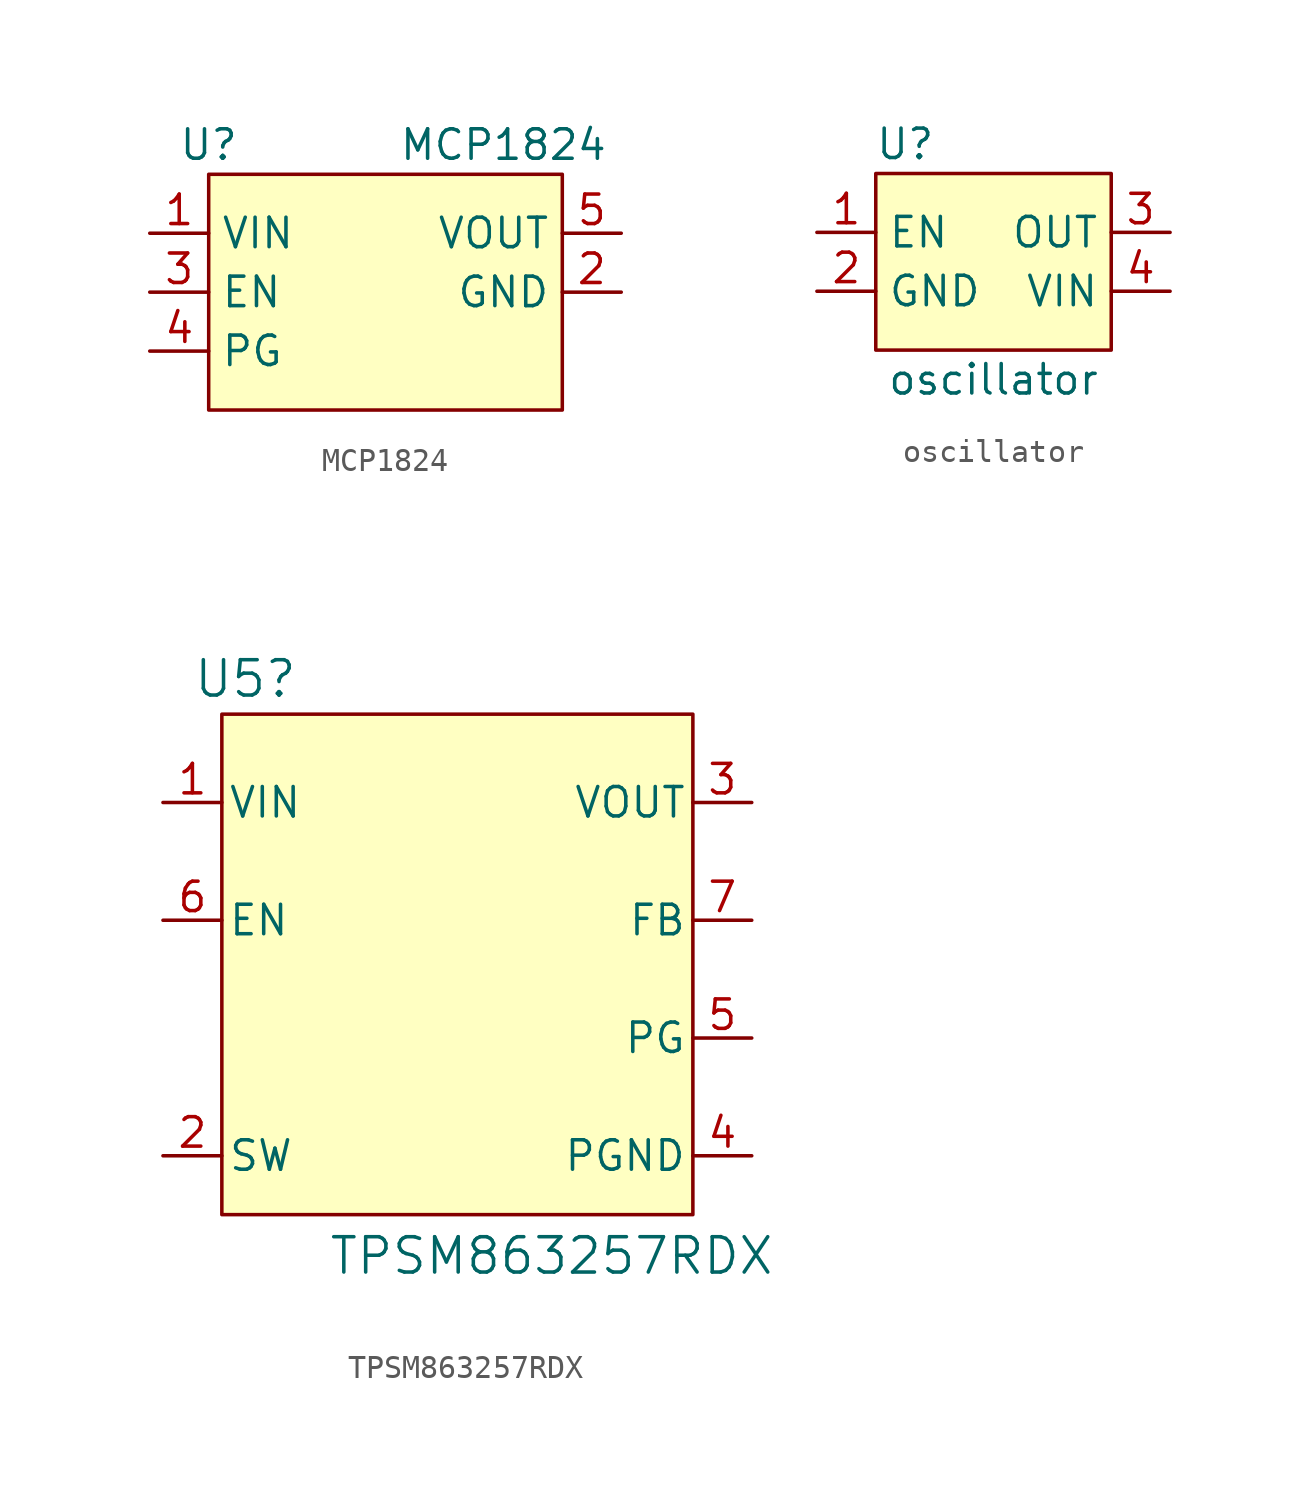
<source format=kicad_sym>
(kicad_symbol_lib
  (version 20231120)
  (generator "kicad_symbol_editor")
  (generator_version "8.0")
  (symbol "MCP1824"
    (property "Reference" "U"
      (at -7.62 5.08 0)
      (effects (font (size 1.27 1.27))))
    (property "Value" "MCP1824"
      (at 5.08 5.08 0)
      (effects (font (size 1.27 1.27))))
    (symbol "MCP1824_0_1"
      (rectangle (start -7.62 3.81) (end 7.62 -6.35) (stroke (width 0.152) (type default)) (fill (type background))))
    (symbol "MCP1824_1_0"
      (pin bidirectional line (at -10.16 1.27 0) (length 2.54) (name "VIN" (effects (font (size 1.27 1.27)))) (number "1" (effects (font (size 1.27 1.27)))))
      (pin bidirectional line (at 10.16 -1.27 180) (length 2.54) (name "GND" (effects (font (size 1.27 1.27)))) (number "2" (effects (font (size 1.27 1.27)))))
      (pin bidirectional line (at -10.16 -1.27 0) (length 2.54) (name "EN" (effects (font (size 1.27 1.27)))) (number "3" (effects (font (size 1.27 1.27)))))
      (pin bidirectional line (at -10.16 -3.81 0) (length 2.54) (name "PG" (effects (font (size 1.27 1.27)))) (number "4" (effects (font (size 1.27 1.27)))))
      (pin power_out line (at 10.16 1.27 180) (length 2.54) (name "VOUT" (effects (font (size 1.27 1.27)))) (number "5" (effects (font (size 1.27 1.27)))))))
  (symbol "oscillator"
    (property "Reference" "U"
      (at -3.81 5.08 0)
      (effects (font (size 1.27 1.27))))
    (property "Value" "oscillator"
      (at 0 -5.08 0)
      (effects (font (size 1.27 1.27))))
    (symbol "oscillator_0_1"
      (rectangle (start -5.08 3.81) (end 5.08 -3.81) (stroke (width 0.152) (type default)) (fill (type background))))
    (symbol "oscillator_1_0"
      (pin input line (at -7.62 1.27 0) (length 2.54) (name "EN" (effects (font (size 1.27 1.27)))) (number "1" (effects (font (size 1.27 1.27)))))
      (pin bidirectional line (at -7.62 -1.27 0) (length 2.54) (name "GND" (effects (font (size 1.27 1.27)))) (number "2" (effects (font (size 1.27 1.27)))))
      (pin bidirectional line (at 7.62 1.27 180) (length 2.54) (name "OUT" (effects (font (size 1.27 1.27)))) (number "3" (effects (font (size 1.27 1.27)))))
      (pin power_in line (at 7.62 -1.27 180) (length 2.54) (name "VIN" (effects (font (size 1.27 1.27)))) (number "4" (effects (font (size 1.27 1.27)))))))
  (symbol "TPSM863257RDX"
    (pin_names
      (offset 0.254))
    (property "Reference" "U5"
      (at -9.144 11.684 0)
      (effects (font (size 1.524 1.524))))
    (property "Value" "TPSM863257RDX"
      (at 4.064 -13.208 0)
      (effects (font (size 1.524 1.524))))
    (symbol "TPSM863257RDX_0_1"
      (pin power_in line (at -12.7 6.35 0) (length 2.54) (name "VIN" (effects (font (size 1.27 1.27)))) (number "1" (effects (font (size 1.27 1.27)))))
      (pin unspecified line (at -12.7 -8.89 0) (length 2.54) (name "SW" (effects (font (size 1.27 1.27)))) (number "2" (effects (font (size 1.27 1.27)))))
      (pin power_in line (at 12.7 -8.89 180) (length 2.54) (name "PGND" (effects (font (size 1.27 1.27)))) (number "4" (effects (font (size 1.27 1.27)))))
      (pin open_collector line (at 12.7 -3.81 180) (length 2.54) (name "PG" (effects (font (size 1.27 1.27)))) (number "5" (effects (font (size 1.27 1.27)))))
      (pin input line (at -12.7 1.27 0) (length 2.54) (name "EN" (effects (font (size 1.27 1.27)))) (number "6" (effects (font (size 1.27 1.27)))))
      (pin unspecified line (at 12.7 1.27 180) (length 2.54) (name "FB" (effects (font (size 1.27 1.27)))) (number "7" (effects (font (size 1.27 1.27))))))
    (symbol "TPSM863257RDX_1_1"
      (rectangle (start -10.16 10.16) (end 10.16 -11.43) (stroke (width 0) (type default)) (fill (type background)))
      (pin power_out line (at 12.7 6.35 180) (length 2.54) (name "VOUT" (effects (font (size 1.27 1.27)))) (number "3" (effects (font (size 1.27 1.27))))))))
</source>
